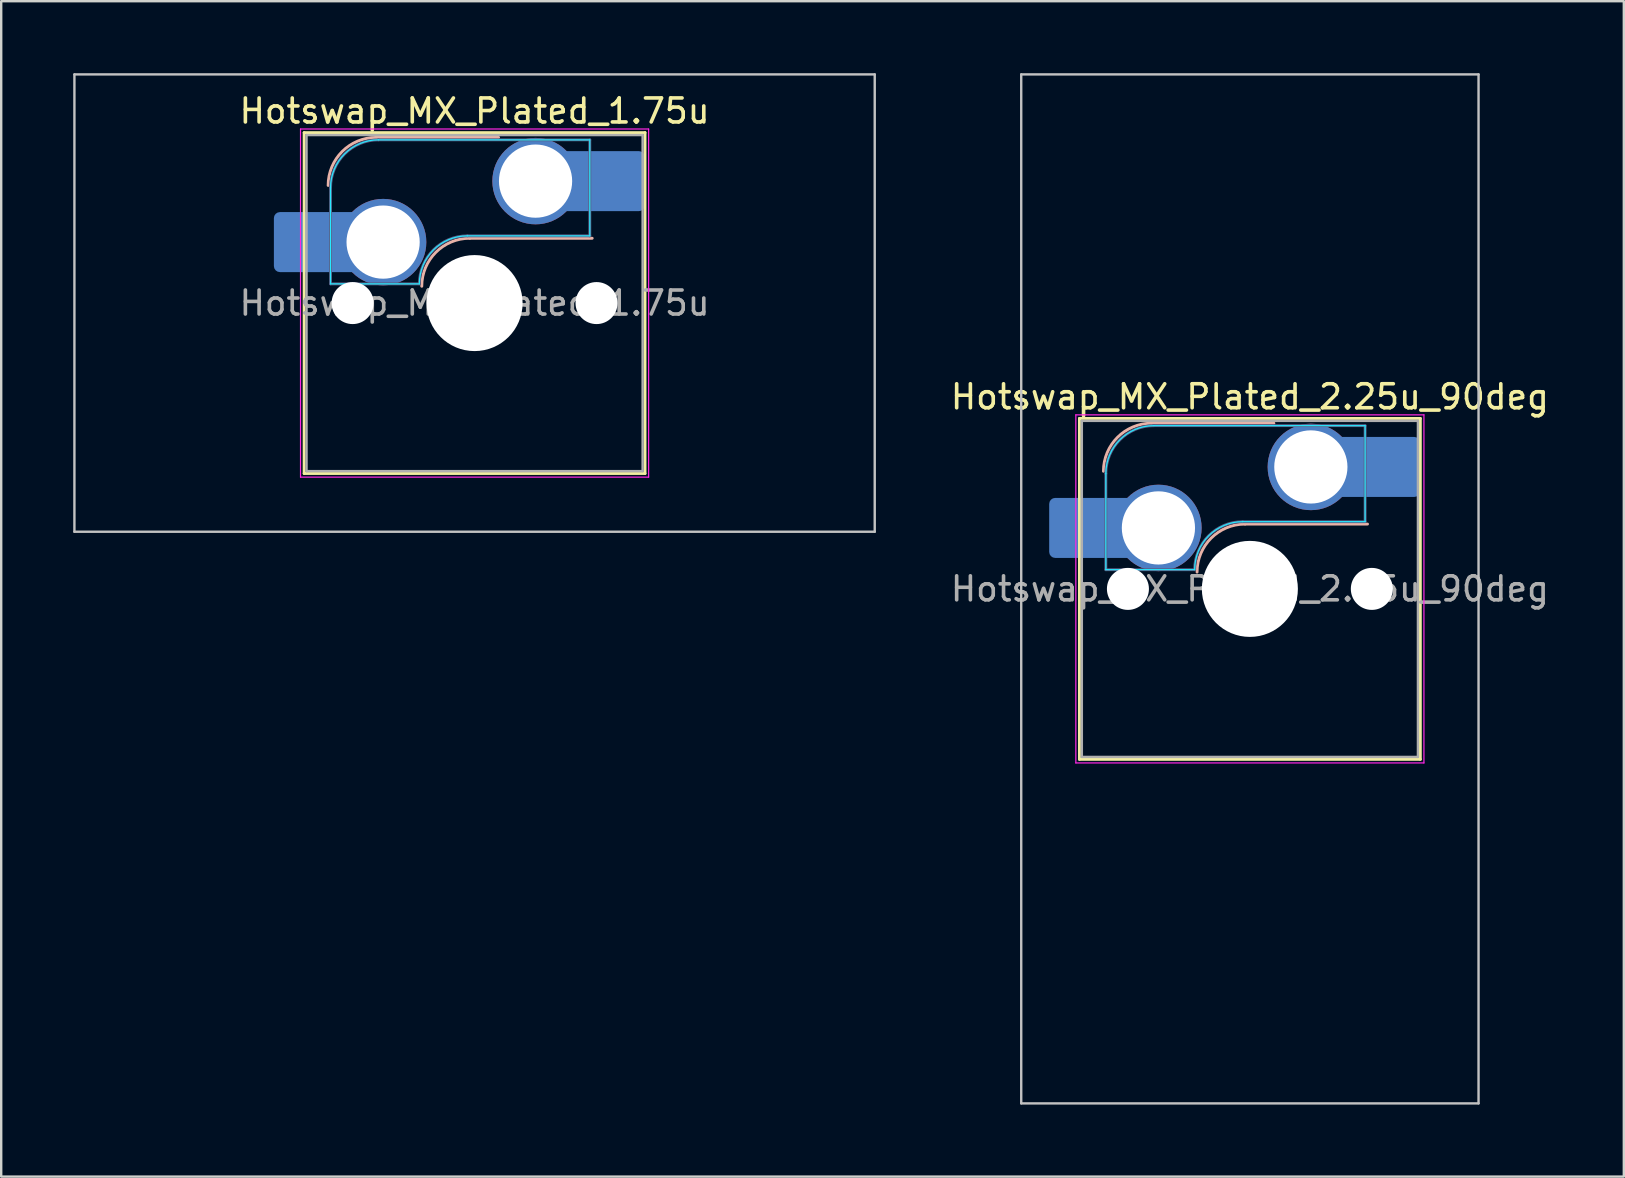
<source format=kicad_pcb>
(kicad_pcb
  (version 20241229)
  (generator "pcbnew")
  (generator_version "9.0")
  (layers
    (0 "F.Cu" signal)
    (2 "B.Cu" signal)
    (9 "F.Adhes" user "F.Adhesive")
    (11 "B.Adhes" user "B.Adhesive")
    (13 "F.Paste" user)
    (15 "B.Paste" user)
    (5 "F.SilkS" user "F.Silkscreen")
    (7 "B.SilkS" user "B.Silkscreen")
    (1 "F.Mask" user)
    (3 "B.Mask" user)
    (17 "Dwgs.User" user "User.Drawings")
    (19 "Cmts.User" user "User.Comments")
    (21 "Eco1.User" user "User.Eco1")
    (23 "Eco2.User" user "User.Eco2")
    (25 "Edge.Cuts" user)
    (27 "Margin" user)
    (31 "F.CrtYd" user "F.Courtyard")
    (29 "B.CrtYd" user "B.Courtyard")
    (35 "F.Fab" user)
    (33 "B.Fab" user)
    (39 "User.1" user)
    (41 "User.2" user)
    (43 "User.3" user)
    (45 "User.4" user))
  (footprint "Hotswap_MX_Plated_1.75u"
    (layer "F.Cu")
    (at 16.719 9.575)
    (property "Reference" "Hotswap_MX_Plated_1.75u" (at 0 -8 0) (layer "F.SilkS") (effects (font (size 1 1) (thickness 0.15))))
    (attr smd allow_soldermask_bridges)
    (fp_line (start -7.1 -7.1) (end -7.1 7.1) (stroke (width 0.12) (type solid)) (layer "F.SilkS"))
    (fp_line (start -7.1 7.1) (end 7.1 7.1) (stroke (width 0.12) (type solid)) (layer "F.SilkS"))
    (fp_line (start 7.1 -7.1) (end -7.1 -7.1) (stroke (width 0.12) (type solid)) (layer "F.SilkS"))
    (fp_line (start 7.1 7.1) (end 7.1 -7.1) (stroke (width 0.12) (type solid)) (layer "F.SilkS"))
    (fp_line (start -4.1 -6.9) (end 1 -6.9) (stroke (width 0.12) (type solid)) (layer "B.SilkS"))
    (fp_line (start -0.2 -2.7) (end 4.9 -2.7) (stroke (width 0.12) (type solid)) (layer "B.SilkS"))
    (fp_arc (start -6.1 -4.9) (mid -5.514214 -6.314214) (end -4.1 -6.9) (stroke (width 0.12) (type solid)) (layer "B.SilkS"))
    (fp_arc (start -2.2 -0.7) (mid -1.614214 -2.114214) (end -0.2 -2.7) (stroke (width 0.12) (type solid)) (layer "B.SilkS"))
    (fp_line (start -16.669 -9.525) (end -16.669 9.525) (stroke (width 0.1) (type solid)) (layer "Dwgs.User"))
    (fp_line (start -16.669 9.525) (end 16.669 9.525) (stroke (width 0.1) (type solid)) (layer "Dwgs.User"))
    (fp_line (start 16.669 -9.525) (end -16.669 -9.525) (stroke (width 0.1) (type solid)) (layer "Dwgs.User"))
    (fp_line (start 16.669 9.525) (end 16.669 -9.525) (stroke (width 0.1) (type solid)) (layer "Dwgs.User"))
    (fp_line (start -7.8 -6) (end -7 -6) (stroke (width 0.1) (type solid)) (layer "Eco1.User"))
    (fp_line (start -7.8 -2.9) (end -7.8 -6) (stroke (width 0.1) (type solid)) (layer "Eco1.User"))
    (fp_line (start -7.8 2.9) (end -7 2.9) (stroke (width 0.1) (type solid)) (layer "Eco1.User"))
    (fp_line (start -7.8 6) (end -7.8 2.9) (stroke (width 0.1) (type solid)) (layer "Eco1.User"))
    (fp_line (start -7 -7) (end 7 -7) (stroke (width 0.1) (type solid)) (layer "Eco1.User"))
    (fp_line (start -7 -6) (end -7 -7) (stroke (width 0.1) (type solid)) (layer "Eco1.User"))
    (fp_line (start -7 -2.9) (end -7.8 -2.9) (stroke (width 0.1) (type solid)) (layer "Eco1.User"))
    (fp_line (start -7 2.9) (end -7 -2.9) (stroke (width 0.1) (type solid)) (layer "Eco1.User"))
    (fp_line (start -7 6) (end -7.8 6) (stroke (width 0.1) (type solid)) (layer "Eco1.User"))
    (fp_line (start -7 7) (end -7 6) (stroke (width 0.1) (type solid)) (layer "Eco1.User"))
    (fp_line (start 7 -7) (end 7 -6) (stroke (width 0.1) (type solid)) (layer "Eco1.User"))
    (fp_line (start 7 -6) (end 7.8 -6) (stroke (width 0.1) (type solid)) (layer "Eco1.User"))
    (fp_line (start 7 -2.9) (end 7 2.9) (stroke (width 0.1) (type solid)) (layer "Eco1.User"))
    (fp_line (start 7 2.9) (end 7.8 2.9) (stroke (width 0.1) (type solid)) (layer "Eco1.User"))
    (fp_line (start 7 6) (end 7 7) (stroke (width 0.1) (type solid)) (layer "Eco1.User"))
    (fp_line (start 7 7) (end -7 7) (stroke (width 0.1) (type solid)) (layer "Eco1.User"))
    (fp_line (start 7.8 -6) (end 7.8 -2.9) (stroke (width 0.1) (type solid)) (layer "Eco1.User"))
    (fp_line (start 7.8 -2.9) (end 7 -2.9) (stroke (width 0.1) (type solid)) (layer "Eco1.User"))
    (fp_line (start 7.8 2.9) (end 7.8 6) (stroke (width 0.1) (type solid)) (layer "Eco1.User"))
    (fp_line (start 7.8 6) (end 7 6) (stroke (width 0.1) (type solid)) (layer "Eco1.User"))
    (fp_line (start -6 -0.8) (end -6 -4.8) (stroke (width 0.05) (type solid)) (layer "B.CrtYd"))
    (fp_line (start -6 -0.8) (end -2.3 -0.8) (stroke (width 0.05) (type solid)) (layer "B.CrtYd"))
    (fp_line (start -4 -6.8) (end 4.8 -6.8) (stroke (width 0.05) (type solid)) (layer "B.CrtYd"))
    (fp_line (start -0.3 -2.8) (end 4.8 -2.8) (stroke (width 0.05) (type solid)) (layer "B.CrtYd"))
    (fp_line (start 4.8 -6.8) (end 4.8 -2.8) (stroke (width 0.05) (type solid)) (layer "B.CrtYd"))
    (fp_arc (start -6 -4.8) (mid -5.414214 -6.214214) (end -4 -6.8) (stroke (width 0.05) (type solid)) (layer "B.CrtYd"))
    (fp_arc (start -2.3 -0.8) (mid -1.714214 -2.214214) (end -0.3 -2.8) (stroke (width 0.05) (type solid)) (layer "B.CrtYd"))
    (fp_line (start -7.25 -7.25) (end -7.25 7.25) (stroke (width 0.05) (type solid)) (layer "F.CrtYd"))
    (fp_line (start -7.25 7.25) (end 7.25 7.25) (stroke (width 0.05) (type solid)) (layer "F.CrtYd"))
    (fp_line (start 7.25 -7.25) (end -7.25 -7.25) (stroke (width 0.05) (type solid)) (layer "F.CrtYd"))
    (fp_line (start 7.25 7.25) (end 7.25 -7.25) (stroke (width 0.05) (type solid)) (layer "F.CrtYd"))
    (fp_line (start -6 -0.8) (end -6 -4.8) (stroke (width 0.12) (type solid)) (layer "B.Fab"))
    (fp_line (start -6 -0.8) (end -2.3 -0.8) (stroke (width 0.12) (type solid)) (layer "B.Fab"))
    (fp_line (start -4 -6.8) (end 4.8 -6.8) (stroke (width 0.12) (type solid)) (layer "B.Fab"))
    (fp_line (start -0.3 -2.8) (end 4.8 -2.8) (stroke (width 0.12) (type solid)) (layer "B.Fab"))
    (fp_line (start 4.8 -6.8) (end 4.8 -2.8) (stroke (width 0.12) (type solid)) (layer "B.Fab"))
    (fp_arc (start -6 -4.8) (mid -5.414214 -6.214214) (end -4 -6.8) (stroke (width 0.12) (type solid)) (layer "B.Fab"))
    (fp_arc (start -2.3 -0.8) (mid -1.714214 -2.214214) (end -0.3 -2.8) (stroke (width 0.12) (type solid)) (layer "B.Fab"))
    (fp_line (start -7 -7) (end -7 7) (stroke (width 0.1) (type solid)) (layer "F.Fab"))
    (fp_line (start -7 7) (end 7 7) (stroke (width 0.1) (type solid)) (layer "F.Fab"))
    (fp_line (start 7 -7) (end -7 -7) (stroke (width 0.1) (type solid)) (layer "F.Fab"))
    (fp_line (start 7 7) (end 7 -7) (stroke (width 0.1) (type solid)) (layer "F.Fab"))
    (fp_text user "${REFERENCE}" (at 0 0 0) (layer "F.Fab") (effects (font (size 1 1) (thickness 0.15))))
    (pad "" smd roundrect (at -7.085 -2.54) (size 2.55 2.5) (layers "B.Mask" "B.Paste") (roundrect_rratio 0.1))
    (pad "" np_thru_hole circle (at -5.08 0) (size 1.75 1.75) (drill 1.75) (layers "*.Cu" "*.Mask"))
    (pad "" np_thru_hole circle (at 0 0) (size 4 4) (drill 4) (layers "*.Cu" "*.Mask"))
    (pad "" np_thru_hole circle (at 5.08 0) (size 1.75 1.75) (drill 1.75) (layers "*.Cu" "*.Mask"))
    (pad "" smd roundrect (at 5.842 -5.08) (size 2.55 2.5) (layers "B.Mask" "B.Paste") (roundrect_rratio 0.1))
    (pad "1" smd roundrect (at -6.585 -2.54) (size 3.55 2.5) (layers "B.Cu") (roundrect_rratio 0.1))
    (pad "1" thru_hole circle (at -3.81 -2.54) (size 3.6 3.6) (drill 3.05) (layers "*.Cu" "*.Mask"))
    (pad "2" thru_hole circle (at 2.54 -5.08) (size 3.6 3.6) (drill 3.05) (layers "*.Cu" "*.Mask"))
    (pad "2" smd roundrect (at 5.32 -5.08) (size 3.55 2.5) (layers "B.Cu") (roundrect_rratio 0.1)))
  (footprint "Hotswap_MX_Plated_2.25u_90deg"
    (layer "F.Cu")
    (at 49.015 21.481)
    (property "Reference" "Hotswap_MX_Plated_2.25u_90deg" (at 0 -8 0) (layer "F.SilkS") (effects (font (size 1 1) (thickness 0.15))))
    (attr smd allow_soldermask_bridges)
    (fp_line (start -7.1 -7.1) (end -7.1 7.1) (stroke (width 0.12) (type solid)) (layer "F.SilkS"))
    (fp_line (start -7.1 7.1) (end 7.1 7.1) (stroke (width 0.12) (type solid)) (layer "F.SilkS"))
    (fp_line (start 7.1 -7.1) (end -7.1 -7.1) (stroke (width 0.12) (type solid)) (layer "F.SilkS"))
    (fp_line (start 7.1 7.1) (end 7.1 -7.1) (stroke (width 0.12) (type solid)) (layer "F.SilkS"))
    (fp_line (start -4.1 -6.9) (end 1 -6.9) (stroke (width 0.12) (type solid)) (layer "B.SilkS"))
    (fp_line (start -0.2 -2.7) (end 4.9 -2.7) (stroke (width 0.12) (type solid)) (layer "B.SilkS"))
    (fp_arc (start -6.1 -4.9) (mid -5.514214 -6.314214) (end -4.1 -6.9) (stroke (width 0.12) (type solid)) (layer "B.SilkS"))
    (fp_arc (start -2.2 -0.7) (mid -1.614214 -2.114214) (end -0.2 -2.7) (stroke (width 0.12) (type solid)) (layer "B.SilkS"))
    (fp_line (start -9.525 -21.431) (end 9.525 -21.431) (stroke (width 0.1) (type solid)) (layer "Dwgs.User"))
    (fp_line (start -9.525 21.431) (end -9.525 -21.431) (stroke (width 0.1) (type solid)) (layer "Dwgs.User"))
    (fp_line (start 9.525 -21.431) (end 9.525 21.431) (stroke (width 0.1) (type solid)) (layer "Dwgs.User"))
    (fp_line (start 9.525 21.431) (end -9.525 21.431) (stroke (width 0.1) (type solid)) (layer "Dwgs.User"))
    (fp_line (start -7.8 -6) (end -7 -6) (stroke (width 0.1) (type solid)) (layer "Eco1.User"))
    (fp_line (start -7.8 -2.9) (end -7.8 -6) (stroke (width 0.1) (type solid)) (layer "Eco1.User"))
    (fp_line (start -7.8 2.9) (end -7 2.9) (stroke (width 0.1) (type solid)) (layer "Eco1.User"))
    (fp_line (start -7.8 6) (end -7.8 2.9) (stroke (width 0.1) (type solid)) (layer "Eco1.User"))
    (fp_line (start -7 -7) (end 7 -7) (stroke (width 0.1) (type solid)) (layer "Eco1.User"))
    (fp_line (start -7 -6) (end -7 -7) (stroke (width 0.1) (type solid)) (layer "Eco1.User"))
    (fp_line (start -7 -2.9) (end -7.8 -2.9) (stroke (width 0.1) (type solid)) (layer "Eco1.User"))
    (fp_line (start -7 2.9) (end -7 -2.9) (stroke (width 0.1) (type solid)) (layer "Eco1.User"))
    (fp_line (start -7 6) (end -7.8 6) (stroke (width 0.1) (type solid)) (layer "Eco1.User"))
    (fp_line (start -7 7) (end -7 6) (stroke (width 0.1) (type solid)) (layer "Eco1.User"))
    (fp_line (start 7 -7) (end 7 -6) (stroke (width 0.1) (type solid)) (layer "Eco1.User"))
    (fp_line (start 7 -6) (end 7.8 -6) (stroke (width 0.1) (type solid)) (layer "Eco1.User"))
    (fp_line (start 7 -2.9) (end 7 2.9) (stroke (width 0.1) (type solid)) (layer "Eco1.User"))
    (fp_line (start 7 2.9) (end 7.8 2.9) (stroke (width 0.1) (type solid)) (layer "Eco1.User"))
    (fp_line (start 7 6) (end 7 7) (stroke (width 0.1) (type solid)) (layer "Eco1.User"))
    (fp_line (start 7 7) (end -7 7) (stroke (width 0.1) (type solid)) (layer "Eco1.User"))
    (fp_line (start 7.8 -6) (end 7.8 -2.9) (stroke (width 0.1) (type solid)) (layer "Eco1.User"))
    (fp_line (start 7.8 -2.9) (end 7 -2.9) (stroke (width 0.1) (type solid)) (layer "Eco1.User"))
    (fp_line (start 7.8 2.9) (end 7.8 6) (stroke (width 0.1) (type solid)) (layer "Eco1.User"))
    (fp_line (start 7.8 6) (end 7 6) (stroke (width 0.1) (type solid)) (layer "Eco1.User"))
    (fp_line (start -6 -0.8) (end -6 -4.8) (stroke (width 0.05) (type solid)) (layer "B.CrtYd"))
    (fp_line (start -6 -0.8) (end -2.3 -0.8) (stroke (width 0.05) (type solid)) (layer "B.CrtYd"))
    (fp_line (start -4 -6.8) (end 4.8 -6.8) (stroke (width 0.05) (type solid)) (layer "B.CrtYd"))
    (fp_line (start -0.3 -2.8) (end 4.8 -2.8) (stroke (width 0.05) (type solid)) (layer "B.CrtYd"))
    (fp_line (start 4.8 -6.8) (end 4.8 -2.8) (stroke (width 0.05) (type solid)) (layer "B.CrtYd"))
    (fp_arc (start -6 -4.8) (mid -5.414214 -6.214214) (end -4 -6.8) (stroke (width 0.05) (type solid)) (layer "B.CrtYd"))
    (fp_arc (start -2.3 -0.8) (mid -1.714214 -2.214214) (end -0.3 -2.8) (stroke (width 0.05) (type solid)) (layer "B.CrtYd"))
    (fp_line (start -7.25 -7.25) (end -7.25 7.25) (stroke (width 0.05) (type solid)) (layer "F.CrtYd"))
    (fp_line (start -7.25 7.25) (end 7.25 7.25) (stroke (width 0.05) (type solid)) (layer "F.CrtYd"))
    (fp_line (start 7.25 -7.25) (end -7.25 -7.25) (stroke (width 0.05) (type solid)) (layer "F.CrtYd"))
    (fp_line (start 7.25 7.25) (end 7.25 -7.25) (stroke (width 0.05) (type solid)) (layer "F.CrtYd"))
    (fp_line (start -6 -0.8) (end -6 -4.8) (stroke (width 0.12) (type solid)) (layer "B.Fab"))
    (fp_line (start -6 -0.8) (end -2.3 -0.8) (stroke (width 0.12) (type solid)) (layer "B.Fab"))
    (fp_line (start -4 -6.8) (end 4.8 -6.8) (stroke (width 0.12) (type solid)) (layer "B.Fab"))
    (fp_line (start -0.3 -2.8) (end 4.8 -2.8) (stroke (width 0.12) (type solid)) (layer "B.Fab"))
    (fp_line (start 4.8 -6.8) (end 4.8 -2.8) (stroke (width 0.12) (type solid)) (layer "B.Fab"))
    (fp_arc (start -6 -4.8) (mid -5.414214 -6.214214) (end -4 -6.8) (stroke (width 0.12) (type solid)) (layer "B.Fab"))
    (fp_arc (start -2.3 -0.8) (mid -1.714214 -2.214214) (end -0.3 -2.8) (stroke (width 0.12) (type solid)) (layer "B.Fab"))
    (fp_line (start -7 -7) (end -7 7) (stroke (width 0.1) (type solid)) (layer "F.Fab"))
    (fp_line (start -7 7) (end 7 7) (stroke (width 0.1) (type solid)) (layer "F.Fab"))
    (fp_line (start 7 -7) (end -7 -7) (stroke (width 0.1) (type solid)) (layer "F.Fab"))
    (fp_line (start 7 7) (end 7 -7) (stroke (width 0.1) (type solid)) (layer "F.Fab"))
    (fp_text user "${REFERENCE}" (at 0 0 0) (layer "F.Fab") (effects (font (size 1 1) (thickness 0.15))))
    (pad "" smd roundrect (at -7.085 -2.54) (size 2.55 2.5) (layers "B.Mask" "B.Paste") (roundrect_rratio 0.1))
    (pad "" np_thru_hole circle (at -5.08 0) (size 1.75 1.75) (drill 1.75) (layers "*.Cu" "*.Mask"))
    (pad "" np_thru_hole circle (at 0 0) (size 4 4) (drill 4) (layers "*.Cu" "*.Mask"))
    (pad "" np_thru_hole circle (at 5.08 0) (size 1.75 1.75) (drill 1.75) (layers "*.Cu" "*.Mask"))
    (pad "" smd roundrect (at 5.842 -5.08) (size 2.55 2.5) (layers "B.Mask" "B.Paste") (roundrect_rratio 0.1))
    (pad "1" smd roundrect (at -6.585 -2.54) (size 3.55 2.5) (layers "B.Cu") (roundrect_rratio 0.1))
    (pad "1" thru_hole circle (at -3.81 -2.54) (size 3.6 3.6) (drill 3.05) (layers "*.Cu" "*.Mask"))
    (pad "2" thru_hole circle (at 2.54 -5.08) (size 3.6 3.6) (drill 3.05) (layers "*.Cu" "*.Mask"))
    (pad "2" smd roundrect (at 5.32 -5.08) (size 3.55 2.5) (layers "B.Cu") (roundrect_rratio 0.1)))
  (gr_rect
    (start -3 -3)
    (end 64.592 45.962)
    (stroke (width 0.1) (type default))
    (fill no)
    (layer "Edge.Cuts")))
</source>
